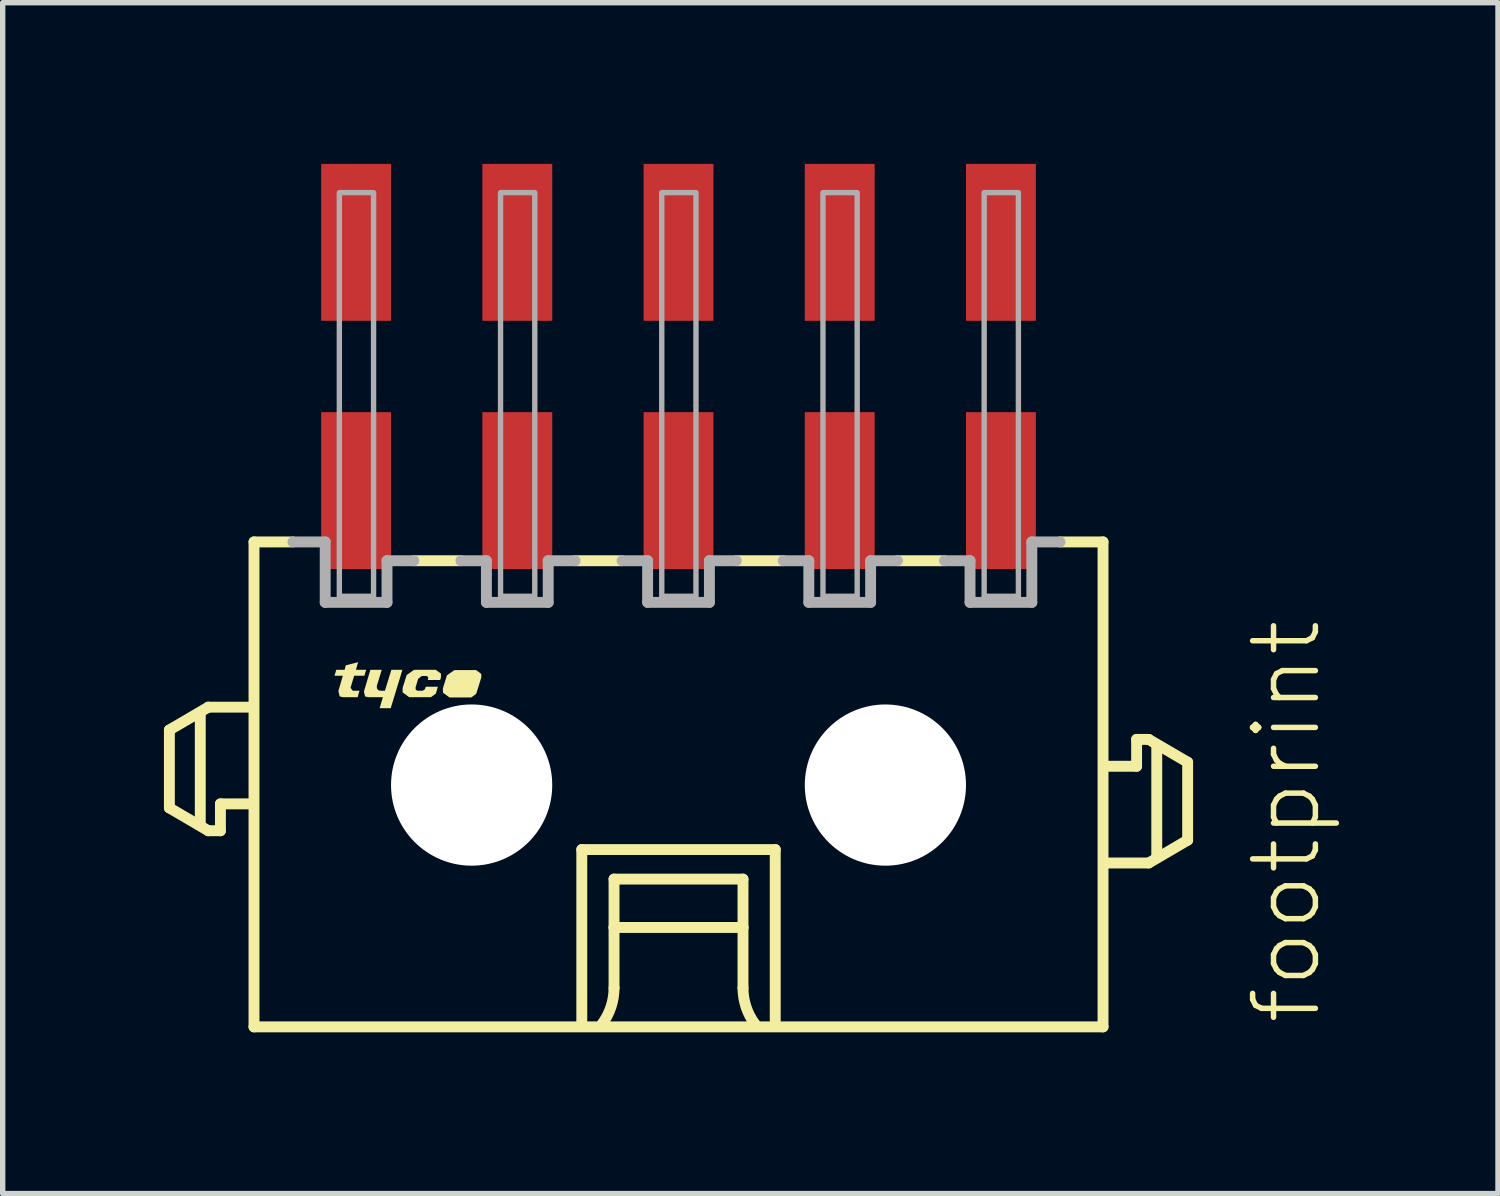
<source format=kicad_pcb>
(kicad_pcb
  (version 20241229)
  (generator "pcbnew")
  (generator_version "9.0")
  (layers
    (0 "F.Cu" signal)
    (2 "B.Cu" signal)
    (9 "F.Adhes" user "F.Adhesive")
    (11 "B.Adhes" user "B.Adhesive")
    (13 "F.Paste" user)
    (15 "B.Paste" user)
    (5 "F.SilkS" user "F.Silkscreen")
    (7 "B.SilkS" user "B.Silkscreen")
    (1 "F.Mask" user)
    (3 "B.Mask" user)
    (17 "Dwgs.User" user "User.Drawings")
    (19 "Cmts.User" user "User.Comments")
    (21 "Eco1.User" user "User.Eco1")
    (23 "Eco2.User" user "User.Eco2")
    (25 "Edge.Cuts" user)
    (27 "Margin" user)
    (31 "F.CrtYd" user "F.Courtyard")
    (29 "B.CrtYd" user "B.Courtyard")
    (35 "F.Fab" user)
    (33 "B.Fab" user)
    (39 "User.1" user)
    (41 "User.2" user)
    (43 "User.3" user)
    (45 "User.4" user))
  (footprint "footprint"
    (layer "F.Cu")
    (at 9.577 11.56)
    (property "Reference" "footprint" (at 12 4.5 90) (layer "F.SilkS") (effects (font (size 1.168 1.168) (thickness 0.102)) (justify left bottom)))
    (fp_line (start -9.475 -1.025) (end -9.475 0.425) (stroke (width 0.203) (type solid)) (layer "F.SilkS"))
    (fp_line (start -9.475 0.425) (end -8.75 0.85) (stroke (width 0.203) (type solid)) (layer "F.SilkS"))
    (fp_line (start -8.9 0.7) (end -8.9 -1.3) (stroke (width 0.203) (type solid)) (layer "F.SilkS"))
    (fp_line (start -8.75 -1.45) (end -9.475 -1.025) (stroke (width 0.203) (type solid)) (layer "F.SilkS"))
    (fp_line (start -8.75 0.85) (end -8.525 0.85) (stroke (width 0.203) (type solid)) (layer "F.SilkS"))
    (fp_line (start -8.525 0.35) (end -8 0.35) (stroke (width 0.203) (type solid)) (layer "F.SilkS"))
    (fp_line (start -8.525 0.85) (end -8.525 0.35) (stroke (width 0.203) (type solid)) (layer "F.SilkS"))
    (fp_line (start -8 -1.45) (end -8.75 -1.45) (stroke (width 0.203) (type solid)) (layer "F.SilkS"))
    (fp_line (start -7.9 -4.525) (end -7.9 4.5) (stroke (width 0.203) (type solid)) (layer "F.SilkS"))
    (fp_line (start -7.9 -4.525) (end -7.175 -4.525) (stroke (width 0.203) (type solid)) (layer "F.SilkS"))
    (fp_line (start -7.9 4.5) (end 7.9 4.5) (stroke (width 0.203) (type solid)) (layer "F.SilkS"))
    (fp_line (start -4.05 -4.175) (end -4.925 -4.175) (stroke (width 0.203) (type solid)) (layer "F.SilkS"))
    (fp_line (start -1.8 1.2) (end 1.8 1.2) (stroke (width 0.203) (type solid)) (layer "F.SilkS"))
    (fp_line (start -1.8 4.4) (end -1.8 1.2) (stroke (width 0.203) (type solid)) (layer "F.SilkS"))
    (fp_line (start -1.2 1.75) (end -1.2 2.65) (stroke (width 0.203) (type solid)) (layer "F.SilkS"))
    (fp_line (start -1.2 2.65) (end -1.2 3.775) (stroke (width 0.203) (type solid)) (layer "F.SilkS"))
    (fp_line (start -1.2 2.65) (end 1.2 2.65) (stroke (width 0.203) (type solid)) (layer "F.SilkS"))
    (fp_line (start -1.05 -4.175) (end -1.925 -4.175) (stroke (width 0.203) (type solid)) (layer "F.SilkS"))
    (fp_line (start 1.2 1.75) (end -1.2 1.75) (stroke (width 0.203) (type solid)) (layer "F.SilkS"))
    (fp_line (start 1.2 2.65) (end 1.2 1.75) (stroke (width 0.203) (type solid)) (layer "F.SilkS"))
    (fp_line (start 1.2 2.65) (end 1.2 3.775) (stroke (width 0.203) (type solid)) (layer "F.SilkS"))
    (fp_line (start 1.8 1.2) (end 1.8 4.4) (stroke (width 0.203) (type solid)) (layer "F.SilkS"))
    (fp_line (start 1.95 -4.175) (end 1.075 -4.175) (stroke (width 0.203) (type solid)) (layer "F.SilkS"))
    (fp_line (start 4.95 -4.175) (end 4.075 -4.175) (stroke (width 0.203) (type solid)) (layer "F.SilkS"))
    (fp_line (start 7.9 -4.525) (end 7.1 -4.525) (stroke (width 0.203) (type solid)) (layer "F.SilkS"))
    (fp_line (start 7.9 4.5) (end 7.9 -4.525) (stroke (width 0.203) (type solid)) (layer "F.SilkS"))
    (fp_line (start 8 1.45) (end 8.75 1.45) (stroke (width 0.203) (type solid)) (layer "F.SilkS"))
    (fp_line (start 8.525 -0.85) (end 8.525 -0.35) (stroke (width 0.203) (type solid)) (layer "F.SilkS"))
    (fp_line (start 8.525 -0.35) (end 8 -0.35) (stroke (width 0.203) (type solid)) (layer "F.SilkS"))
    (fp_line (start 8.75 -0.85) (end 8.525 -0.85) (stroke (width 0.203) (type solid)) (layer "F.SilkS"))
    (fp_line (start 8.75 1.45) (end 9.475 1.025) (stroke (width 0.203) (type solid)) (layer "F.SilkS"))
    (fp_line (start 8.9 1.3) (end 8.9 -0.7) (stroke (width 0.203) (type solid)) (layer "F.SilkS"))
    (fp_line (start 9.475 -0.425) (end 8.75 -0.85) (stroke (width 0.203) (type solid)) (layer "F.SilkS"))
    (fp_line (start 9.475 1.025) (end 9.475 -0.425) (stroke (width 0.203) (type solid)) (layer "F.SilkS"))
    (fp_arc (start -1.2 3.775) (mid -1.257731 4.130756) (end -1.425 4.449999) (stroke (width 0.2032) (type solid)) (layer "F.SilkS"))
    (fp_arc (start 1.425 4.449999) (mid 1.257732 4.130756) (end 1.2 3.775) (stroke (width 0.2032) (type solid)) (layer "F.SilkS"))
    (fp_poly (pts (xy -5.615 -1.844) (xy -5.613 -1.799) (xy -5.585 -1.764) (xy -5.539 -1.755) (xy -5.464 -1.755) (xy -5.344 -2.145) (xy -5.138 -2.145) (xy -5.356 -1.43) (xy -5.562 -1.43) (xy -5.502 -1.635) (xy -5.78 -1.635) (xy -5.78 -1.645) (xy -5.785 -1.645) (xy -5.785 -1.64) (xy -5.787 -1.635) (xy -5.833 -1.651) (xy -5.855 -1.74) (xy -5.734 -2.145) (xy -5.523 -2.145)) (stroke (width 0) (type solid)) (fill yes) (layer "F.SilkS"))
    (fp_poly (pts (xy -6.003 -2.145) (xy -5.813 -2.145) (xy -5.846 -2.035) (xy -6.036 -2.035) (xy -6.104 -1.811) (xy -6.062 -1.755) (xy -5.938 -1.755) (xy -5.971 -1.635) (xy -6.25 -1.635) (xy -6.25 -1.645) (xy -6.255 -1.645) (xy -6.255 -1.64) (xy -6.257 -1.635) (xy -6.307 -1.653) (xy -6.33 -1.75) (xy -6.247 -2.035) (xy -6.402 -2.035) (xy -6.369 -2.145) (xy -6.214 -2.145) (xy -6.192 -2.229) (xy -5.963 -2.287)) (stroke (width 0) (type solid)) (fill yes) (layer "F.SilkS"))
    (fp_poly (pts (xy -3.671 -2.069) (xy -3.67 -2.005) (xy -3.67 -2.004) (xy -3.723 -1.83) (xy -3.723 -1.83) (xy -3.725 -1.823) (xy -3.726 -1.82) (xy -3.726 -1.82) (xy -3.766 -1.697) (xy -3.858 -1.63) (xy -4.262 -1.63) (xy -4.384 -1.72) (xy -4.385 -1.8) (xy -4.385 -1.801) (xy -4.309 -2.043) (xy -4.173 -2.139) (xy -4.17 -2.135) (xy -4.17 -2.13) (xy -4.165 -2.13) (xy -4.165 -2.14) (xy -3.768 -2.14)) (stroke (width 0) (type solid)) (fill yes) (layer "F.SilkS"))
    (fp_poly (pts (xy -4.421 -2.074) (xy -4.42 -2.01) (xy -4.42 -2.009) (xy -4.436 -1.955) (xy -4.667 -1.955) (xy -4.66 -1.976) (xy -4.658 -2.001) (xy -4.672 -2.022) (xy -4.696 -2.03) (xy -4.778 -2.03) (xy -4.846 -1.977) (xy -4.895 -1.81) (xy -4.888 -1.772) (xy -4.854 -1.755) (xy -4.762 -1.755) (xy -4.719 -1.783) (xy -4.704 -1.83) (xy -4.478 -1.83) (xy -4.516 -1.702) (xy -4.608 -1.635) (xy -5.012 -1.635) (xy -5.134 -1.725) (xy -5.135 -1.805) (xy -5.135 -1.806) (xy -5.059 -2.048) (xy -4.923 -2.144) (xy -4.92 -2.14) (xy -4.92 -2.135) (xy -4.915 -2.135) (xy -4.915 -2.145) (xy -4.518 -2.145)) (stroke (width 0) (type solid)) (fill yes) (layer "F.SilkS"))
    (fp_line (start -6.575 -4.525) (end -7.175 -4.525) (stroke (width 0.203) (type solid)) (layer "F.Fab"))
    (fp_line (start -6.575 -3.4) (end -6.575 -4.525) (stroke (width 0.203) (type solid)) (layer "F.Fab"))
    (fp_line (start -5.425 -4.175) (end -5.425 -3.4) (stroke (width 0.203) (type solid)) (layer "F.Fab"))
    (fp_line (start -5.425 -3.4) (end -6.575 -3.4) (stroke (width 0.203) (type solid)) (layer "F.Fab"))
    (fp_line (start -4.925 -4.175) (end -5.425 -4.175) (stroke (width 0.203) (type solid)) (layer "F.Fab"))
    (fp_line (start -3.575 -4.175) (end -4.05 -4.175) (stroke (width 0.203) (type solid)) (layer "F.Fab"))
    (fp_line (start -3.575 -3.4) (end -3.575 -4.175) (stroke (width 0.203) (type solid)) (layer "F.Fab"))
    (fp_line (start -2.425 -4.175) (end -2.425 -3.4) (stroke (width 0.203) (type solid)) (layer "F.Fab"))
    (fp_line (start -2.425 -3.4) (end -3.575 -3.4) (stroke (width 0.203) (type solid)) (layer "F.Fab"))
    (fp_line (start -1.925 -4.175) (end -2.425 -4.175) (stroke (width 0.203) (type solid)) (layer "F.Fab"))
    (fp_line (start -0.575 -4.175) (end -1.05 -4.175) (stroke (width 0.203) (type solid)) (layer "F.Fab"))
    (fp_line (start -0.575 -3.4) (end -0.575 -4.175) (stroke (width 0.203) (type solid)) (layer "F.Fab"))
    (fp_line (start 0.575 -4.175) (end 0.575 -3.4) (stroke (width 0.203) (type solid)) (layer "F.Fab"))
    (fp_line (start 0.575 -3.4) (end -0.575 -3.4) (stroke (width 0.203) (type solid)) (layer "F.Fab"))
    (fp_line (start 1.075 -4.175) (end 0.575 -4.175) (stroke (width 0.203) (type solid)) (layer "F.Fab"))
    (fp_line (start 2.425 -4.175) (end 1.95 -4.175) (stroke (width 0.203) (type solid)) (layer "F.Fab"))
    (fp_line (start 2.425 -3.4) (end 2.425 -4.175) (stroke (width 0.203) (type solid)) (layer "F.Fab"))
    (fp_line (start 3.575 -4.175) (end 3.575 -3.4) (stroke (width 0.203) (type solid)) (layer "F.Fab"))
    (fp_line (start 3.575 -3.4) (end 2.425 -3.4) (stroke (width 0.203) (type solid)) (layer "F.Fab"))
    (fp_line (start 4.075 -4.175) (end 3.575 -4.175) (stroke (width 0.203) (type solid)) (layer "F.Fab"))
    (fp_line (start 5.425 -4.175) (end 4.95 -4.175) (stroke (width 0.203) (type solid)) (layer "F.Fab"))
    (fp_line (start 5.425 -3.4) (end 5.425 -4.175) (stroke (width 0.203) (type solid)) (layer "F.Fab"))
    (fp_line (start 6.575 -4.525) (end 6.575 -3.4) (stroke (width 0.203) (type solid)) (layer "F.Fab"))
    (fp_line (start 6.575 -3.4) (end 5.425 -3.4) (stroke (width 0.203) (type solid)) (layer "F.Fab"))
    (fp_line (start 7.1 -4.525) (end 6.575 -4.525) (stroke (width 0.203) (type solid)) (layer "F.Fab"))
    (fp_poly (pts (xy -6.312 -3.513) (xy -5.675 -3.513) (xy -5.675 -11.025) (xy -6.312 -11.025)) (stroke (width 0.1) (type solid)) (fill no) (layer "F.Fab"))
    (fp_poly (pts (xy -3.312 -3.513) (xy -2.675 -3.513) (xy -2.675 -11.025) (xy -3.312 -11.025)) (stroke (width 0.1) (type solid)) (fill no) (layer "F.Fab"))
    (fp_poly (pts (xy -0.312 -3.513) (xy 0.325 -3.513) (xy 0.325 -11.025) (xy -0.312 -11.025)) (stroke (width 0.1) (type solid)) (fill no) (layer "F.Fab"))
    (fp_poly (pts (xy 2.688 -3.513) (xy 3.325 -3.513) (xy 3.325 -11.025) (xy 2.688 -11.025)) (stroke (width 0.1) (type solid)) (fill no) (layer "F.Fab"))
    (fp_poly (pts (xy 5.688 -3.513) (xy 6.325 -3.513) (xy 6.325 -11.025) (xy 5.688 -11.025)) (stroke (width 0.1) (type solid)) (fill no) (layer "F.Fab"))
    (pad "" np_thru_hole circle (at -3.85 0) (size 3 3) (drill 3) (layers "*.Cu" "*.Mask"))
    (pad "" np_thru_hole circle (at 3.85 0) (size 3 3) (drill 3) (layers "*.Cu" "*.Mask"))
    (pad "1" smd rect (at 6 -10.1) (size 1.3 2.92) (layers "F.Cu" "F.Mask" "F.Paste"))
    (pad "2" smd rect (at 6 -5.48) (size 1.3 2.92) (layers "F.Cu" "F.Mask" "F.Paste"))
    (pad "3" smd rect (at 3 -10.1) (size 1.3 2.92) (layers "F.Cu" "F.Mask" "F.Paste"))
    (pad "4" smd rect (at 3 -5.48) (size 1.3 2.92) (layers "F.Cu" "F.Mask" "F.Paste"))
    (pad "5" smd rect (at 0 -10.1) (size 1.3 2.92) (layers "F.Cu" "F.Mask" "F.Paste"))
    (pad "6" smd rect (at 0 -5.48) (size 1.3 2.92) (layers "F.Cu" "F.Mask" "F.Paste"))
    (pad "7" smd rect (at -3 -10.1) (size 1.3 2.92) (layers "F.Cu" "F.Mask" "F.Paste"))
    (pad "8" smd rect (at -3 -5.48) (size 1.3 2.92) (layers "F.Cu" "F.Mask" "F.Paste"))
    (pad "9" smd rect (at -6 -10.1) (size 1.3 2.92) (layers "F.Cu" "F.Mask" "F.Paste"))
    (pad "10" smd rect (at -6 -5.48) (size 1.3 2.92) (layers "F.Cu" "F.Mask" "F.Paste")))
  (gr_rect
    (start -3 -3)
    (end 24.827 19.162)
    (stroke (width 0.1) (type default))
    (fill no)
    (layer "Edge.Cuts")))
</source>
